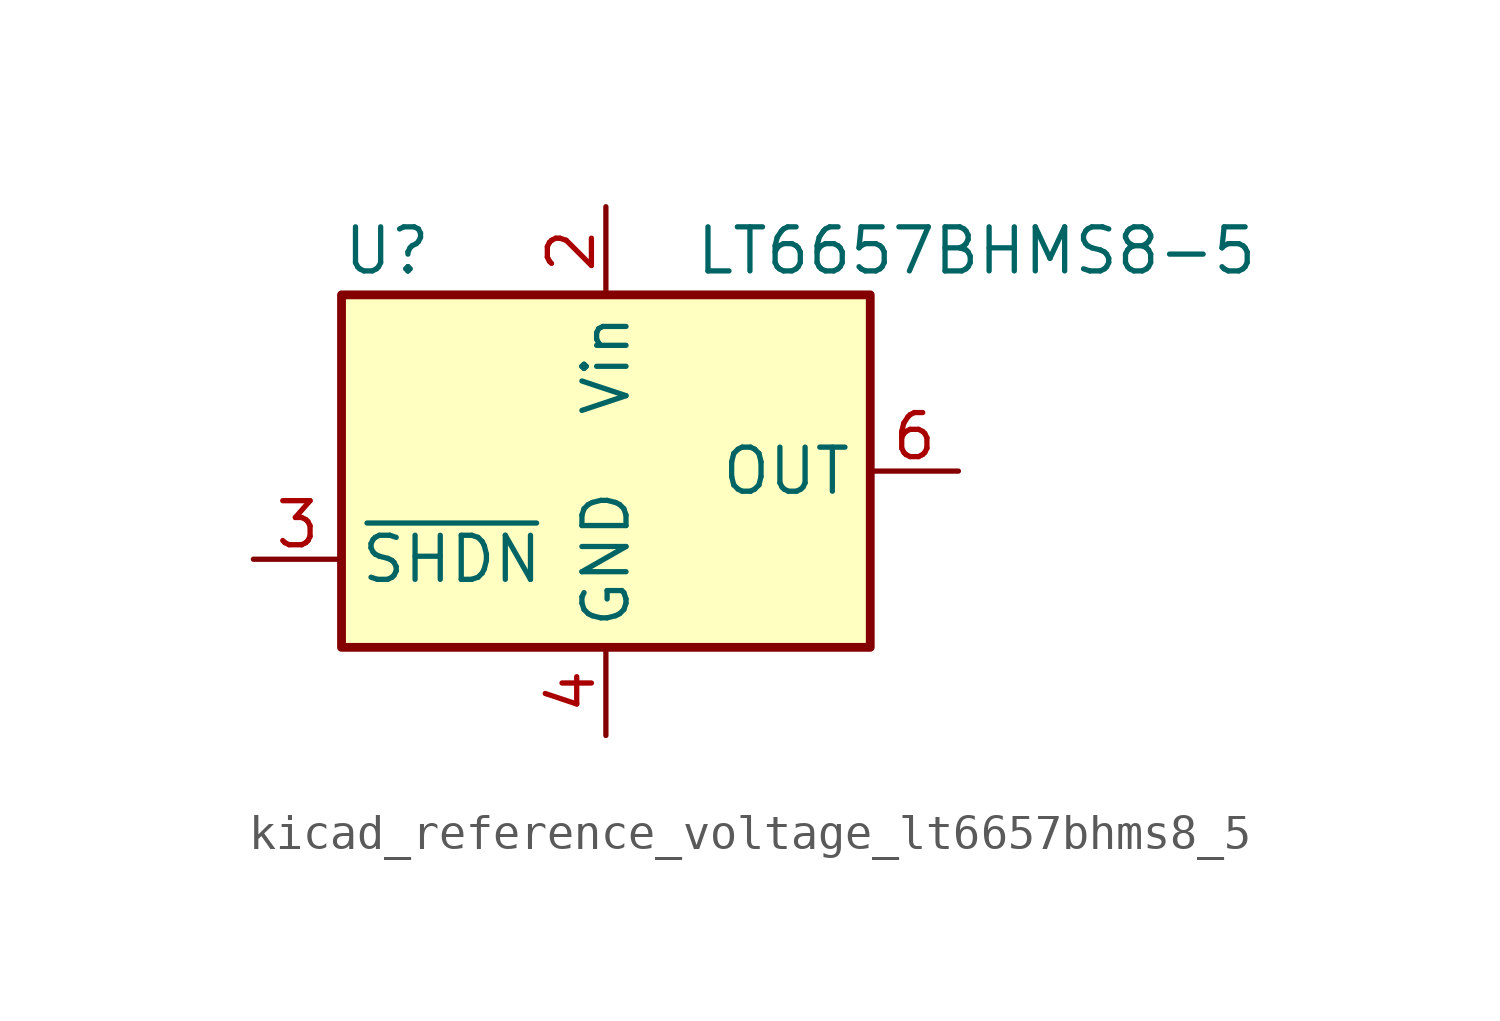
<source format=kicad_sym>
(kicad_symbol_lib
  (version 20220914)
  (generator kicad_symbol_editor)
  (symbol "kicad_reference_voltage_lt6657bhms8_5"
    (property "Reference" "U"
      (at -7.62 6.35 0)
      (effects (font (size 1.27 1.27)) (justify left)))
    (property "Value" "LT6657BHMS8-5"
      (at 2.54 6.35 0)
      (effects (font (size 1.27 1.27)) (justify left)))
    (symbol "kicad_reference_voltage_lt6657bhms8_5_0_1"
      (rectangle (start -7.62 5.08) (end 7.62 -5.08) (stroke (width 0.254) (type default)) (fill (type background))))
    (symbol "kicad_reference_voltage_lt6657bhms8_5_1_1"
      (pin no_connect line (at 7.62 -2.54 180) (length 2.54) hide (name "DNC" (effects (font (size 1.27 1.27)))) (number "1" (effects (font (size 1.27 1.27)))))
      (pin power_in line (at 0 7.62 270) (length 2.54) (name "Vin" (effects (font (size 1.27 1.27)))) (number "2" (effects (font (size 1.27 1.27)))))
      (pin input line (at -10.16 -2.54 0) (length 2.54) (name "~{SHDN}" (effects (font (size 1.27 1.27)))) (number "3" (effects (font (size 1.27 1.27)))))
      (pin power_in line (at 0 -7.62 90) (length 2.54) (name "GND" (effects (font (size 1.27 1.27)))) (number "4" (effects (font (size 1.27 1.27)))))
      (pin no_connect line (at -7.62 0 0) (length 2.54) hide (name "DNC" (effects (font (size 1.27 1.27)))) (number "5" (effects (font (size 1.27 1.27)))))
      (pin power_out line (at 10.16 0 180) (length 2.54) (name "OUT" (effects (font (size 1.27 1.27)))) (number "6" (effects (font (size 1.27 1.27)))))
      (pin no_connect line (at -7.62 2.54 0) (length 2.54) hide (name "DNC" (effects (font (size 1.27 1.27)))) (number "7" (effects (font (size 1.27 1.27)))))
      (pin no_connect line (at 7.62 2.54 180) (length 2.54) hide (name "DNC" (effects (font (size 1.27 1.27)))) (number "8" (effects (font (size 1.27 1.27))))))))
</source>
